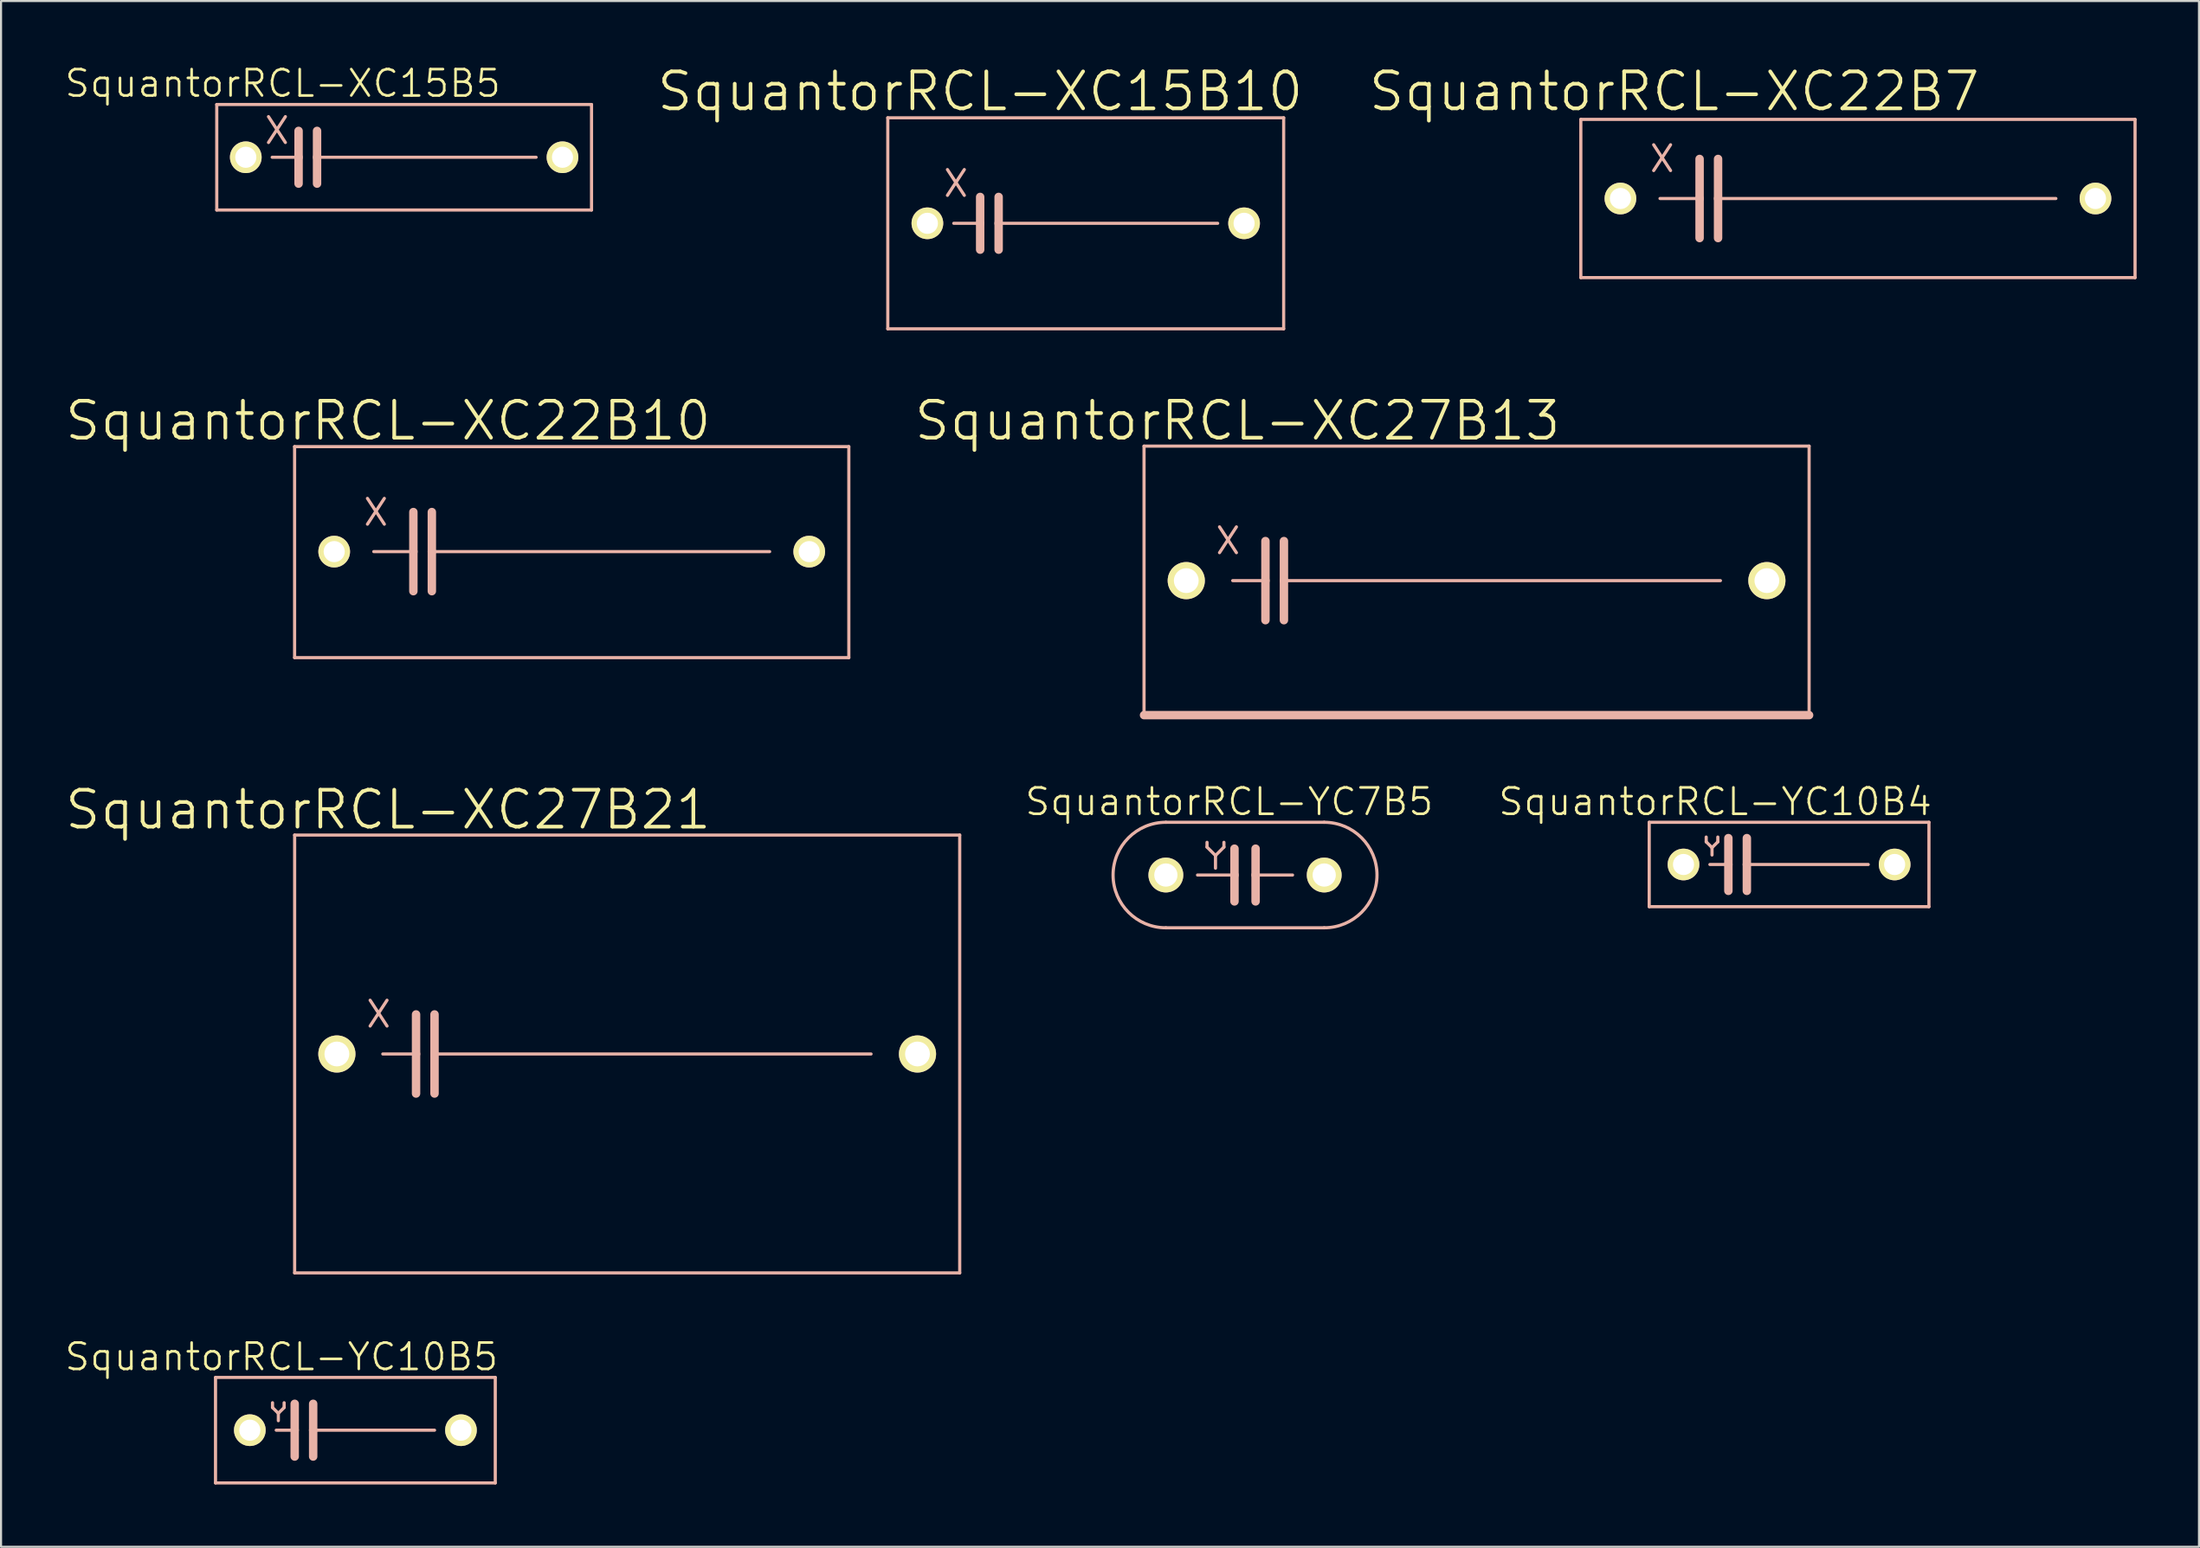
<source format=kicad_pcb>
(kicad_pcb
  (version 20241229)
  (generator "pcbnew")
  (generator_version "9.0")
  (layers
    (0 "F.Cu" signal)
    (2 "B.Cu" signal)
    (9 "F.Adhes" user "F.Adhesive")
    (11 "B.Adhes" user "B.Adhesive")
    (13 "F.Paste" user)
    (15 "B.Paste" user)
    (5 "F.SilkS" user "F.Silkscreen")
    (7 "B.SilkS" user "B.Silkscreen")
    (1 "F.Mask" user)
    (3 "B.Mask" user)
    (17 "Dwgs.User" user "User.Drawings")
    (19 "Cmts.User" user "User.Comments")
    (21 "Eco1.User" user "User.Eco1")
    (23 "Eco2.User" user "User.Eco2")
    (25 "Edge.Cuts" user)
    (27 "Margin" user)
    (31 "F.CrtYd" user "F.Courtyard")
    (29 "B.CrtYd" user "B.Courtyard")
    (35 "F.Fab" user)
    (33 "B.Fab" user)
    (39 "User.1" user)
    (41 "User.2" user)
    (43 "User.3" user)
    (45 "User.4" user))
  (footprint "SquantorRCL-XC15B5"
    (layer "F.Cu")
    (at 16.398 4.522)
    (property "Reference" "SquantorRCL-XC15B5" (at -5.842 -3.556 0) (layer "F.SilkS") (effects (font (size 1.27 1.27) (thickness 0.127))))
    (attr exclude_from_pos_files exclude_from_bom)
    (fp_line (start -9.017 2.54) (end -9.017 -2.54) (stroke (width 0.152) (type solid)) (layer "B.SilkS"))
    (fp_line (start -9.017 2.54) (end 9.017 2.54) (stroke (width 0.152) (type solid)) (layer "B.SilkS"))
    (fp_line (start -6.528 -1.956) (end -5.715 -0.711) (stroke (width 0.152) (type solid)) (layer "B.SilkS"))
    (fp_line (start -6.528 -0.711) (end -5.715 -1.956) (stroke (width 0.152) (type solid)) (layer "B.SilkS"))
    (fp_line (start -6.35 0) (end -5.08 0) (stroke (width 0.152) (type solid)) (layer "B.SilkS"))
    (fp_line (start -5.08 -1.27) (end -5.08 0) (stroke (width 0.406) (type solid)) (layer "B.SilkS"))
    (fp_line (start -5.08 0) (end -5.08 1.27) (stroke (width 0.406) (type solid)) (layer "B.SilkS"))
    (fp_line (start -4.191 -1.27) (end -4.191 0) (stroke (width 0.406) (type solid)) (layer "B.SilkS"))
    (fp_line (start -4.191 0) (end -4.191 1.27) (stroke (width 0.406) (type solid)) (layer "B.SilkS"))
    (fp_line (start 6.35 0) (end -4.191 0) (stroke (width 0.152) (type solid)) (layer "B.SilkS"))
    (fp_line (start 9.017 -2.54) (end -9.017 -2.54) (stroke (width 0.152) (type solid)) (layer "B.SilkS"))
    (fp_line (start 9.017 -2.54) (end 9.017 2.54) (stroke (width 0.152) (type solid)) (layer "B.SilkS"))
    (pad "1" thru_hole circle (at -7.62 0) (size 1.524 1.524) (drill 1.016) (layers "*.Cu" "F.Mask" "F.SilkS" "F.Paste"))
    (pad "2" thru_hole circle (at 7.62 0) (size 1.524 1.524) (drill 1.016) (layers "*.Cu" "F.Mask" "F.SilkS" "F.Paste")))
  (footprint "SquantorRCL-XC15B10"
    (layer "F.Cu")
    (at 49.197 7.702)
    (property "Reference" "SquantorRCL-XC15B10" (at -5.08 -6.35 0) (layer "F.SilkS") (effects (font (size 1.778 1.778) (thickness 0.178))))
    (attr exclude_from_pos_files exclude_from_bom)
    (fp_line (start -9.525 5.08) (end -9.525 -5.08) (stroke (width 0.152) (type solid)) (layer "B.SilkS"))
    (fp_line (start -9.525 5.08) (end 9.525 5.08) (stroke (width 0.152) (type solid)) (layer "B.SilkS"))
    (fp_line (start -6.655 -2.588) (end -5.842 -1.346) (stroke (width 0.152) (type solid)) (layer "B.SilkS"))
    (fp_line (start -6.655 -1.346) (end -5.842 -2.588) (stroke (width 0.152) (type solid)) (layer "B.SilkS"))
    (fp_line (start -6.35 0) (end -5.08 0) (stroke (width 0.152) (type solid)) (layer "B.SilkS"))
    (fp_line (start -5.08 -1.27) (end -5.08 0) (stroke (width 0.406) (type solid)) (layer "B.SilkS"))
    (fp_line (start -5.08 0) (end -5.08 1.27) (stroke (width 0.406) (type solid)) (layer "B.SilkS"))
    (fp_line (start -4.191 -1.27) (end -4.191 0) (stroke (width 0.406) (type solid)) (layer "B.SilkS"))
    (fp_line (start -4.191 0) (end -4.191 1.27) (stroke (width 0.406) (type solid)) (layer "B.SilkS"))
    (fp_line (start 6.35 0) (end -4.191 0) (stroke (width 0.152) (type solid)) (layer "B.SilkS"))
    (fp_line (start 9.525 -5.08) (end -9.525 -5.08) (stroke (width 0.152) (type solid)) (layer "B.SilkS"))
    (fp_line (start 9.525 -5.08) (end 9.525 5.08) (stroke (width 0.152) (type solid)) (layer "B.SilkS"))
    (pad "1" thru_hole circle (at -7.62 0) (size 1.524 1.524) (drill 1.016) (layers "*.Cu" "F.Mask" "F.SilkS" "F.Paste"))
    (pad "2" thru_hole circle (at 7.62 0) (size 1.524 1.524) (drill 1.016) (layers "*.Cu" "F.Mask" "F.SilkS" "F.Paste")))
  (footprint "SquantorRCL-YC7B5"
    (layer "F.Cu")
    (at 56.863 39.083)
    (property "Reference" "SquantorRCL-YC7B5" (at -0.762 -3.531 0) (layer "F.SilkS") (effects (font (size 1.27 1.27) (thickness 0.127))))
    (attr exclude_from_pos_files exclude_from_bom)
    (fp_line (start -3.81 -2.54) (end 3.81 -2.54) (stroke (width 0.152) (type solid)) (layer "B.SilkS"))
    (fp_line (start -3.81 2.54) (end 3.81 2.54) (stroke (width 0.152) (type solid)) (layer "B.SilkS"))
    (fp_line (start -2.286 0) (end -0.508 0) (stroke (width 0.152) (type solid)) (layer "B.SilkS"))
    (fp_line (start -1.829 -1.575) (end -1.829 -1.346) (stroke (width 0.152) (type solid)) (layer "B.SilkS"))
    (fp_line (start -1.829 -1.346) (end -1.422 -0.94) (stroke (width 0.152) (type solid)) (layer "B.SilkS"))
    (fp_line (start -1.422 -0.94) (end -1.422 -0.33) (stroke (width 0.152) (type solid)) (layer "B.SilkS"))
    (fp_line (start -1.422 -0.94) (end -1.016 -1.346) (stroke (width 0.152) (type solid)) (layer "B.SilkS"))
    (fp_line (start -1.016 -1.346) (end -1.016 -1.575) (stroke (width 0.152) (type solid)) (layer "B.SilkS"))
    (fp_line (start -0.508 -1.27) (end -0.508 0) (stroke (width 0.406) (type solid)) (layer "B.SilkS"))
    (fp_line (start -0.508 0) (end -0.508 1.27) (stroke (width 0.406) (type solid)) (layer "B.SilkS"))
    (fp_line (start 0.508 -1.27) (end 0.508 0) (stroke (width 0.406) (type solid)) (layer "B.SilkS"))
    (fp_line (start 0.508 0) (end 0.508 1.27) (stroke (width 0.406) (type solid)) (layer "B.SilkS"))
    (fp_line (start 2.286 0) (end 0.508 0) (stroke (width 0.152) (type solid)) (layer "B.SilkS"))
    (fp_arc (start -3.81 2.54) (mid -6.35 0) (end -3.81 -2.54) (stroke (width 0.1524) (type solid)) (layer "B.SilkS"))
    (fp_arc (start 3.81 -2.54) (mid 6.35 0) (end 3.81 2.54) (stroke (width 0.1524) (type solid)) (layer "B.SilkS"))
    (pad "1" thru_hole circle (at -3.81 0) (size 1.676 1.676) (drill 1.118) (layers "*.Cu" "F.Mask" "F.SilkS" "F.Paste"))
    (pad "2" thru_hole circle (at 3.81 0) (size 1.676 1.676) (drill 1.118) (layers "*.Cu" "F.Mask" "F.SilkS" "F.Paste")))
  (footprint "SquantorRCL-YC10B5"
    (layer "F.Cu")
    (at 14.052 65.813)
    (property "Reference" "SquantorRCL-YC10B5" (at -3.556 -3.531 0) (layer "F.SilkS") (effects (font (size 1.27 1.27) (thickness 0.127))))
    (attr exclude_from_pos_files exclude_from_bom)
    (fp_line (start -6.731 -2.54) (end 6.731 -2.54) (stroke (width 0.152) (type solid)) (layer "B.SilkS"))
    (fp_line (start -6.731 2.54) (end -6.731 -2.54) (stroke (width 0.152) (type solid)) (layer "B.SilkS"))
    (fp_line (start -3.988 -1.321) (end -3.988 -1.09) (stroke (width 0.152) (type solid)) (layer "B.SilkS"))
    (fp_line (start -3.988 -1.09) (end -3.708 -0.813) (stroke (width 0.152) (type solid)) (layer "B.SilkS"))
    (fp_line (start -3.81 0) (end -2.921 0) (stroke (width 0.152) (type solid)) (layer "B.SilkS"))
    (fp_line (start -3.708 -0.813) (end -3.708 -0.457) (stroke (width 0.152) (type solid)) (layer "B.SilkS"))
    (fp_line (start -3.708 -0.813) (end -3.429 -1.09) (stroke (width 0.152) (type solid)) (layer "B.SilkS"))
    (fp_line (start -3.429 -1.09) (end -3.429 -1.321) (stroke (width 0.152) (type solid)) (layer "B.SilkS"))
    (fp_line (start -2.921 -1.27) (end -2.921 0) (stroke (width 0.406) (type solid)) (layer "B.SilkS"))
    (fp_line (start -2.921 0) (end -2.921 1.27) (stroke (width 0.406) (type solid)) (layer "B.SilkS"))
    (fp_line (start -2.032 -1.27) (end -2.032 0) (stroke (width 0.406) (type solid)) (layer "B.SilkS"))
    (fp_line (start -2.032 0) (end -2.032 1.27) (stroke (width 0.406) (type solid)) (layer "B.SilkS"))
    (fp_line (start 3.81 0) (end -2.032 0) (stroke (width 0.152) (type solid)) (layer "B.SilkS"))
    (fp_line (start 6.731 -2.54) (end 6.731 2.54) (stroke (width 0.152) (type solid)) (layer "B.SilkS"))
    (fp_line (start 6.731 2.54) (end -6.731 2.54) (stroke (width 0.152) (type solid)) (layer "B.SilkS"))
    (pad "1" thru_hole circle (at -5.08 0) (size 1.524 1.524) (drill 1.016) (layers "*.Cu" "F.Mask" "F.SilkS" "F.Paste"))
    (pad "2" thru_hole circle (at 5.08 0) (size 1.524 1.524) (drill 1.016) (layers "*.Cu" "F.Mask" "F.SilkS" "F.Paste")))
  (footprint "SquantorRCL-XC27B21"
    (layer "F.Cu")
    (at 27.131 47.699)
    (property "Reference" "SquantorRCL-XC27B21" (at -11.506 -11.76 0) (layer "F.SilkS") (effects (font (size 1.778 1.778) (thickness 0.178))))
    (attr exclude_from_pos_files exclude_from_bom)
    (fp_line (start -16.002 10.541) (end -16.002 -10.541) (stroke (width 0.152) (type solid)) (layer "B.SilkS"))
    (fp_line (start -16.002 10.541) (end 16.002 10.541) (stroke (width 0.152) (type solid)) (layer "B.SilkS"))
    (fp_line (start -12.37 -2.588) (end -11.557 -1.346) (stroke (width 0.152) (type solid)) (layer "B.SilkS"))
    (fp_line (start -12.37 -1.346) (end -11.557 -2.588) (stroke (width 0.152) (type solid)) (layer "B.SilkS"))
    (fp_line (start -11.76 0) (end -10.16 0) (stroke (width 0.152) (type solid)) (layer "B.SilkS"))
    (fp_line (start -10.16 -1.905) (end -10.16 0) (stroke (width 0.406) (type solid)) (layer "B.SilkS"))
    (fp_line (start -10.16 0) (end -10.16 1.905) (stroke (width 0.406) (type solid)) (layer "B.SilkS"))
    (fp_line (start -9.271 -1.905) (end -9.271 0) (stroke (width 0.406) (type solid)) (layer "B.SilkS"))
    (fp_line (start -9.271 0) (end -9.271 1.905) (stroke (width 0.406) (type solid)) (layer "B.SilkS"))
    (fp_line (start -9.271 0) (end 11.735 0) (stroke (width 0.152) (type solid)) (layer "B.SilkS"))
    (fp_line (start 16.002 -10.541) (end -16.002 -10.541) (stroke (width 0.152) (type solid)) (layer "B.SilkS"))
    (fp_line (start 16.002 -10.541) (end 16.002 10.541) (stroke (width 0.152) (type solid)) (layer "B.SilkS"))
    (pad "1" thru_hole circle (at -13.97 0) (size 1.788 1.788) (drill 1.194) (layers "*.Cu" "F.Mask" "F.SilkS" "F.Paste"))
    (pad "2" thru_hole circle (at 13.97 0) (size 1.788 1.788) (drill 1.194) (layers "*.Cu" "F.Mask" "F.SilkS" "F.Paste")))
  (footprint "SquantorRCL-XC27B13"
    (layer "F.Cu")
    (at 68.005 24.907)
    (property "Reference" "SquantorRCL-XC27B13" (at -11.506 -7.696 0) (layer "F.SilkS") (effects (font (size 1.778 1.778) (thickness 0.178))))
    (attr exclude_from_pos_files exclude_from_bom)
    (fp_line (start -16.002 6.477) (end -16.002 -6.477) (stroke (width 0.152) (type solid)) (layer "B.SilkS"))
    (fp_line (start -16.002 6.477) (end 16.002 6.477) (stroke (width 0.406) (type solid)) (layer "B.SilkS"))
    (fp_line (start -12.37 -2.588) (end -11.557 -1.346) (stroke (width 0.152) (type solid)) (layer "B.SilkS"))
    (fp_line (start -12.37 -1.346) (end -11.557 -2.588) (stroke (width 0.152) (type solid)) (layer "B.SilkS"))
    (fp_line (start -11.735 0) (end -10.16 0) (stroke (width 0.152) (type solid)) (layer "B.SilkS"))
    (fp_line (start -10.16 -1.905) (end -10.16 0) (stroke (width 0.406) (type solid)) (layer "B.SilkS"))
    (fp_line (start -10.16 0) (end -10.16 1.905) (stroke (width 0.406) (type solid)) (layer "B.SilkS"))
    (fp_line (start -9.271 -1.905) (end -9.271 0) (stroke (width 0.406) (type solid)) (layer "B.SilkS"))
    (fp_line (start -9.271 0) (end -9.271 1.905) (stroke (width 0.406) (type solid)) (layer "B.SilkS"))
    (fp_line (start -9.271 0) (end 11.735 0) (stroke (width 0.152) (type solid)) (layer "B.SilkS"))
    (fp_line (start 16.002 -6.477) (end -16.002 -6.477) (stroke (width 0.152) (type solid)) (layer "B.SilkS"))
    (fp_line (start 16.002 -6.477) (end 16.002 6.477) (stroke (width 0.152) (type solid)) (layer "B.SilkS"))
    (pad "1" thru_hole circle (at -13.97 0) (size 1.788 1.788) (drill 1.194) (layers "*.Cu" "F.Mask" "F.SilkS" "F.Paste"))
    (pad "2" thru_hole circle (at 13.97 0) (size 1.788 1.788) (drill 1.194) (layers "*.Cu" "F.Mask" "F.SilkS" "F.Paste")))
  (footprint "SquantorRCL-XC22B7"
    (layer "F.Cu")
    (at 86.357 6.508)
    (property "Reference" "SquantorRCL-XC22B7" (at -8.837 -5.156 0) (layer "F.SilkS") (effects (font (size 1.778 1.778) (thickness 0.178))))
    (attr exclude_from_pos_files exclude_from_bom)
    (fp_line (start -13.335 -3.81) (end 13.335 -3.81) (stroke (width 0.152) (type solid)) (layer "B.SilkS"))
    (fp_line (start -13.335 3.81) (end -13.335 -3.81) (stroke (width 0.152) (type solid)) (layer "B.SilkS"))
    (fp_line (start -9.83 -2.588) (end -9.017 -1.346) (stroke (width 0.152) (type solid)) (layer "B.SilkS"))
    (fp_line (start -9.83 -1.346) (end -9.017 -2.588) (stroke (width 0.152) (type solid)) (layer "B.SilkS"))
    (fp_line (start -9.525 0) (end -7.62 0) (stroke (width 0.152) (type solid)) (layer "B.SilkS"))
    (fp_line (start -7.62 -1.905) (end -7.62 0) (stroke (width 0.406) (type solid)) (layer "B.SilkS"))
    (fp_line (start -7.62 0) (end -7.62 1.905) (stroke (width 0.406) (type solid)) (layer "B.SilkS"))
    (fp_line (start -6.731 -1.905) (end -6.731 0) (stroke (width 0.406) (type solid)) (layer "B.SilkS"))
    (fp_line (start -6.731 0) (end -6.731 1.905) (stroke (width 0.406) (type solid)) (layer "B.SilkS"))
    (fp_line (start -6.731 0) (end 9.525 0) (stroke (width 0.152) (type solid)) (layer "B.SilkS"))
    (fp_line (start 13.335 -3.81) (end 13.335 3.81) (stroke (width 0.152) (type solid)) (layer "B.SilkS"))
    (fp_line (start 13.335 3.81) (end -13.335 3.81) (stroke (width 0.152) (type solid)) (layer "B.SilkS"))
    (pad "1" thru_hole circle (at -11.43 0) (size 1.524 1.524) (drill 1.016) (layers "*.Cu" "F.Mask" "F.SilkS" "F.Paste"))
    (pad "2" thru_hole circle (at 11.43 0) (size 1.524 1.524) (drill 1.016) (layers "*.Cu" "F.Mask" "F.SilkS" "F.Paste")))
  (footprint "SquantorRCL-XC22B10"
    (layer "F.Cu")
    (at 24.462 23.535)
    (property "Reference" "SquantorRCL-XC22B10" (at -8.837 -6.325 0) (layer "F.SilkS") (effects (font (size 1.778 1.778) (thickness 0.178))))
    (attr exclude_from_pos_files exclude_from_bom)
    (fp_line (start -13.335 5.08) (end -13.335 -5.08) (stroke (width 0.152) (type solid)) (layer "B.SilkS"))
    (fp_line (start -13.335 5.08) (end 13.335 5.08) (stroke (width 0.152) (type solid)) (layer "B.SilkS"))
    (fp_line (start -9.83 -2.588) (end -9.017 -1.346) (stroke (width 0.152) (type solid)) (layer "B.SilkS"))
    (fp_line (start -9.83 -1.346) (end -9.017 -2.588) (stroke (width 0.152) (type solid)) (layer "B.SilkS"))
    (fp_line (start -9.525 -0.025) (end -7.62 -0.025) (stroke (width 0.152) (type solid)) (layer "B.SilkS"))
    (fp_line (start -7.62 -1.93) (end -7.62 -0.025) (stroke (width 0.406) (type solid)) (layer "B.SilkS"))
    (fp_line (start -7.62 -0.025) (end -7.62 1.88) (stroke (width 0.406) (type solid)) (layer "B.SilkS"))
    (fp_line (start -6.731 -1.93) (end -6.731 -0.025) (stroke (width 0.406) (type solid)) (layer "B.SilkS"))
    (fp_line (start -6.731 -0.025) (end -6.731 1.88) (stroke (width 0.406) (type solid)) (layer "B.SilkS"))
    (fp_line (start -6.731 -0.025) (end 9.525 -0.025) (stroke (width 0.152) (type solid)) (layer "B.SilkS"))
    (fp_line (start 13.335 -5.08) (end -13.335 -5.08) (stroke (width 0.152) (type solid)) (layer "B.SilkS"))
    (fp_line (start 13.335 -5.08) (end 13.335 5.08) (stroke (width 0.152) (type solid)) (layer "B.SilkS"))
    (pad "1" thru_hole circle (at -11.43 -0.025) (size 1.524 1.524) (drill 1.016) (layers "*.Cu" "F.Mask" "F.SilkS" "F.Paste"))
    (pad "2" thru_hole circle (at 11.43 -0.025) (size 1.524 1.524) (drill 1.016) (layers "*.Cu" "F.Mask" "F.SilkS" "F.Paste")))
  (footprint "SquantorRCL-YC10B4"
    (layer "F.Cu")
    (at 83.043 38.575)
    (property "Reference" "SquantorRCL-YC10B4" (at -3.556 -3.023 0) (layer "F.SilkS") (effects (font (size 1.27 1.27) (thickness 0.127))))
    (attr exclude_from_pos_files exclude_from_bom)
    (fp_line (start -6.731 -2.032) (end -6.731 2.032) (stroke (width 0.152) (type solid)) (layer "B.SilkS"))
    (fp_line (start -6.731 2.032) (end 6.731 2.032) (stroke (width 0.152) (type solid)) (layer "B.SilkS"))
    (fp_line (start -3.988 -1.321) (end -3.988 -1.09) (stroke (width 0.152) (type solid)) (layer "B.SilkS"))
    (fp_line (start -3.988 -1.09) (end -3.708 -0.813) (stroke (width 0.152) (type solid)) (layer "B.SilkS"))
    (fp_line (start -3.81 0) (end -2.921 0) (stroke (width 0.152) (type solid)) (layer "B.SilkS"))
    (fp_line (start -3.708 -0.813) (end -3.708 -0.457) (stroke (width 0.152) (type solid)) (layer "B.SilkS"))
    (fp_line (start -3.708 -0.813) (end -3.429 -1.09) (stroke (width 0.152) (type solid)) (layer "B.SilkS"))
    (fp_line (start -3.429 -1.09) (end -3.429 -1.321) (stroke (width 0.152) (type solid)) (layer "B.SilkS"))
    (fp_line (start -2.921 -1.27) (end -2.921 0) (stroke (width 0.406) (type solid)) (layer "B.SilkS"))
    (fp_line (start -2.921 0) (end -2.921 1.27) (stroke (width 0.406) (type solid)) (layer "B.SilkS"))
    (fp_line (start -2.032 -1.27) (end -2.032 0) (stroke (width 0.406) (type solid)) (layer "B.SilkS"))
    (fp_line (start -2.032 0) (end -2.032 1.27) (stroke (width 0.406) (type solid)) (layer "B.SilkS"))
    (fp_line (start 3.81 0) (end -2.032 0) (stroke (width 0.152) (type solid)) (layer "B.SilkS"))
    (fp_line (start 6.731 -2.032) (end -6.731 -2.032) (stroke (width 0.152) (type solid)) (layer "B.SilkS"))
    (fp_line (start 6.731 2.032) (end 6.731 -2.032) (stroke (width 0.152) (type solid)) (layer "B.SilkS"))
    (pad "1" thru_hole circle (at -5.08 0) (size 1.524 1.524) (drill 1.016) (layers "*.Cu" "F.Mask" "F.SilkS" "F.Paste"))
    (pad "2" thru_hole circle (at 5.08 0) (size 1.524 1.524) (drill 1.016) (layers "*.Cu" "F.Mask" "F.SilkS" "F.Paste")))
  (gr_rect
    (start -3 -3)
    (end 102.768 71.429)
    (stroke (width 0.1) (type default))
    (fill no)
    (layer "Edge.Cuts")))
</source>
